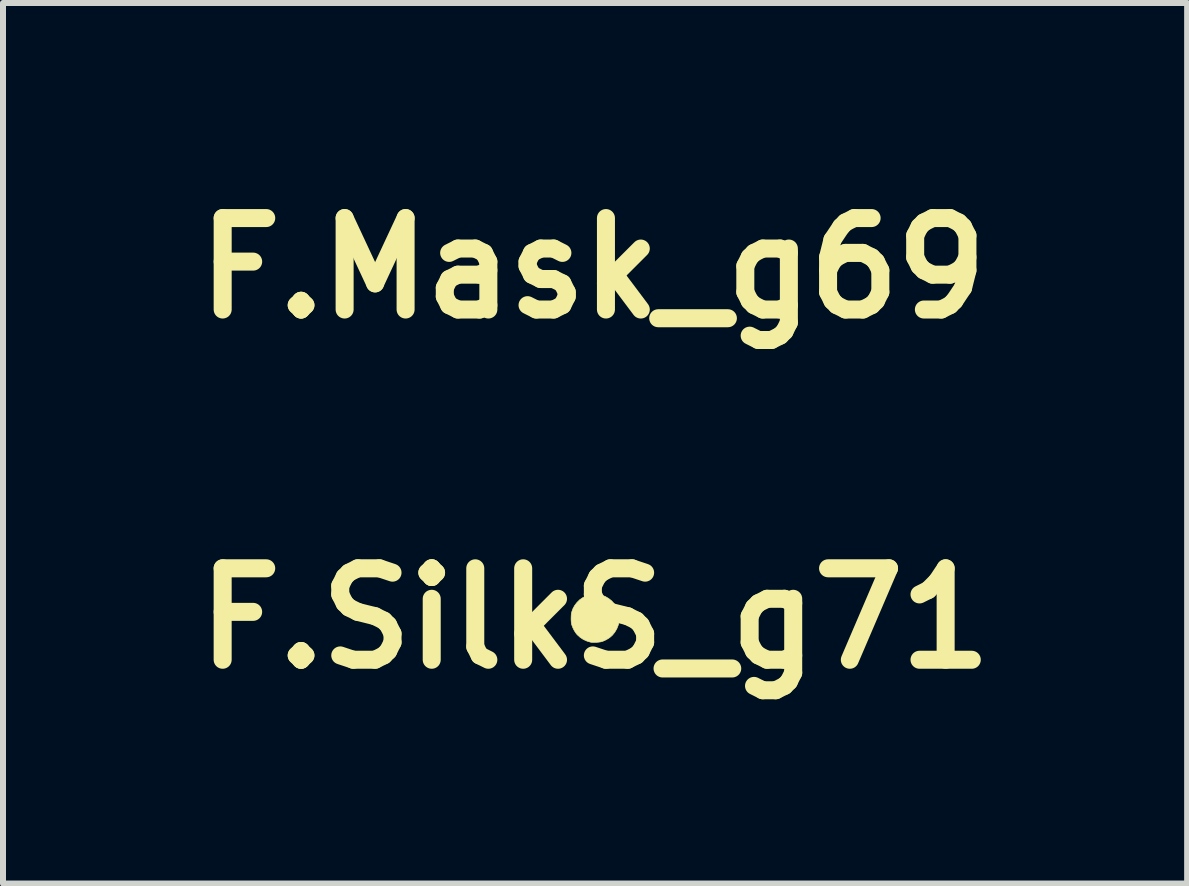
<source format=kicad_pcb>
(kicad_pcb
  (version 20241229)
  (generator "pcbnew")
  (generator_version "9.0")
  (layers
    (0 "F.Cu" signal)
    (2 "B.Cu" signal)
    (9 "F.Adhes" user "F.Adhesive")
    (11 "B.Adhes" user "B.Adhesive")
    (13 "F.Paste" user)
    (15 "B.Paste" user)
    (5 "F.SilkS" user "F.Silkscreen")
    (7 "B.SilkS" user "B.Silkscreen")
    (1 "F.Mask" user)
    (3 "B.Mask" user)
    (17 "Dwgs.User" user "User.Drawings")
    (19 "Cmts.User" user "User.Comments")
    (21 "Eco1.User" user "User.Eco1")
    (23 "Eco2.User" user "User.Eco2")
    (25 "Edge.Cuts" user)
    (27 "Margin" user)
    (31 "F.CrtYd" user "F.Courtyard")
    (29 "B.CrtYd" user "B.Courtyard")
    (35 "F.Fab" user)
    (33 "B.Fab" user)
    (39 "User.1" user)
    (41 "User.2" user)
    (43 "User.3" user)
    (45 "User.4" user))
  (footprint "F.Mask_g69"
    (layer "F.Cu")
    (at 6.829 1.418)
    (property "Reference" "F.Mask_g69" (at 0 0 0) (layer "F.SilkS") (effects (font (size 1.524 1.524) (thickness 0.3))))
    (attr through_hole)
    (fp_poly (pts (xy 0.128 -0.842) (xy 0.215 -0.824) (xy 0.3 -0.797) (xy 0.381 -0.762) (xy 0.458 -0.718) (xy 0.531 -0.667) (xy 0.597 -0.608) (xy 0.658 -0.542) (xy 0.711 -0.469) (xy 0.713 -0.467) (xy 0.759 -0.387) (xy 0.795 -0.305) (xy 0.823 -0.221) (xy 0.841 -0.135) (xy 0.85 -0.049) (xy 0.851 0.036) (xy 0.843 0.121) (xy 0.827 0.205) (xy 0.803 0.286) (xy 0.77 0.365) (xy 0.73 0.44) (xy 0.682 0.512) (xy 0.627 0.578) (xy 0.564 0.639) (xy 0.495 0.694) (xy 0.418 0.743) (xy 0.383 0.761) (xy 0.298 0.798) (xy 0.21 0.826) (xy 0.12 0.844) (xy 0.029 0.852) (xy -0.063 0.85) (xy -0.089 0.848) (xy -0.175 0.834) (xy -0.26 0.811) (xy -0.343 0.779) (xy -0.422 0.739) (xy -0.497 0.692) (xy -0.565 0.638) (xy -0.627 0.578) (xy -0.643 0.56) (xy -0.7 0.486) (xy -0.748 0.408) (xy -0.787 0.326) (xy -0.817 0.242) (xy -0.837 0.156) (xy -0.849 0.068) (xy -0.851 0.014) (xy -0.396 0.014) (xy -0.395 0.037) (xy -0.393 0.058) (xy -0.388 0.08) (xy -0.386 0.089) (xy -0.367 0.149) (xy -0.34 0.204) (xy -0.304 0.254) (xy -0.262 0.297) (xy -0.213 0.334) (xy -0.16 0.364) (xy -0.102 0.384) (xy -0.085 0.388) (xy -0.053 0.393) (xy -0.016 0.395) (xy 0.023 0.395) (xy 0.059 0.392) (xy 0.082 0.389) (xy 0.141 0.371) (xy 0.196 0.345) (xy 0.246 0.311) (xy 0.29 0.269) (xy 0.328 0.222) (xy 0.359 0.169) (xy 0.381 0.112) (xy 0.391 0.068) (xy 0.395 0.038) (xy 0.395 0.001) (xy 0.394 -0.037) (xy 0.39 -0.072) (xy 0.384 -0.103) (xy 0.384 -0.104) (xy 0.363 -0.161) (xy 0.334 -0.214) (xy 0.297 -0.262) (xy 0.253 -0.304) (xy 0.203 -0.34) (xy 0.148 -0.367) (xy 0.089 -0.386) (xy 0.089 -0.386) (xy 0.065 -0.392) (xy 0.044 -0.395) (xy 0.022 -0.396) (xy -0.004 -0.395) (xy -0.015 -0.395) (xy -0.057 -0.391) (xy -0.093 -0.386) (xy -0.126 -0.376) (xy -0.159 -0.363) (xy -0.176 -0.355) (xy -0.229 -0.324) (xy -0.276 -0.284) (xy -0.317 -0.237) (xy -0.35 -0.184) (xy -0.355 -0.175) (xy -0.371 -0.14) (xy -0.382 -0.108) (xy -0.389 -0.074) (xy -0.393 -0.035) (xy -0.395 -0.015) (xy -0.396 0.014) (xy -0.851 0.014) (xy -0.852 -0.02) (xy -0.845 -0.108) (xy -0.829 -0.196) (xy -0.804 -0.282) (xy -0.769 -0.366) (xy -0.726 -0.447) (xy -0.692 -0.498) (xy -0.665 -0.533) (xy -0.631 -0.571) (xy -0.594 -0.609) (xy -0.556 -0.645) (xy -0.518 -0.677) (xy -0.498 -0.692) (xy -0.435 -0.732) (xy -0.365 -0.768) (xy -0.292 -0.799) (xy -0.218 -0.823) (xy -0.146 -0.839) (xy -0.142 -0.84) (xy -0.051 -0.85) (xy 0.039 -0.851) (xy 0.128 -0.842)) (stroke (width 0.01) (type solid)) (fill yes) (layer "F.Mask")))
  (footprint "F.SilkS_g71"
    (layer "F.Cu")
    (at 6.865 7.254)
    (property "Reference" "F.SilkS_g71" (at 0 0 0) (layer "F.SilkS") (effects (font (size 1.524 1.524) (thickness 0.3))))
    (attr through_hole)
    (fp_poly (pts (xy 0.033 -0.399) (xy 0.057 -0.398) (xy 0.076 -0.396) (xy 0.093 -0.392) (xy 0.11 -0.387) (xy 0.112 -0.387) (xy 0.174 -0.363) (xy 0.229 -0.33) (xy 0.278 -0.291) (xy 0.32 -0.244) (xy 0.354 -0.19) (xy 0.381 -0.13) (xy 0.387 -0.112) (xy 0.392 -0.095) (xy 0.395 -0.078) (xy 0.397 -0.06) (xy 0.398 -0.038) (xy 0.399 -0.009) (xy 0.399 0) (xy 0.399 0.031) (xy 0.398 0.055) (xy 0.396 0.074) (xy 0.393 0.09) (xy 0.388 0.107) (xy 0.387 0.112) (xy 0.363 0.173) (xy 0.33 0.229) (xy 0.291 0.278) (xy 0.244 0.32) (xy 0.19 0.354) (xy 0.131 0.381) (xy 0.114 0.386) (xy 0.091 0.392) (xy 0.061 0.396) (xy 0.027 0.399) (xy -0.007 0.4) (xy -0.039 0.4) (xy -0.066 0.398) (xy -0.076 0.396) (xy -0.136 0.378) (xy -0.194 0.352) (xy -0.246 0.318) (xy -0.293 0.276) (xy -0.311 0.256) (xy -0.33 0.229) (xy -0.35 0.196) (xy -0.368 0.16) (xy -0.382 0.125) (xy -0.39 0.102) (xy -0.395 0.075) (xy -0.398 0.042) (xy -0.399 0.005) (xy -0.398 -0.032) (xy -0.396 -0.066) (xy -0.391 -0.095) (xy -0.39 -0.102) (xy -0.369 -0.161) (xy -0.339 -0.216) (xy -0.301 -0.265) (xy -0.257 -0.309) (xy -0.207 -0.344) (xy -0.175 -0.361) (xy -0.143 -0.376) (xy -0.114 -0.386) (xy -0.085 -0.393) (xy -0.054 -0.397) (xy -0.017 -0.399) (xy 0.003 -0.399) (xy 0.033 -0.399)) (stroke (width 0.01) (type solid)) (fill yes) (layer "F.SilkS")))
  (gr_rect
    (start -3 -3)
    (end 16.731 11.672)
    (stroke (width 0.1) (type default))
    (fill no)
    (layer "Edge.Cuts")))
</source>
